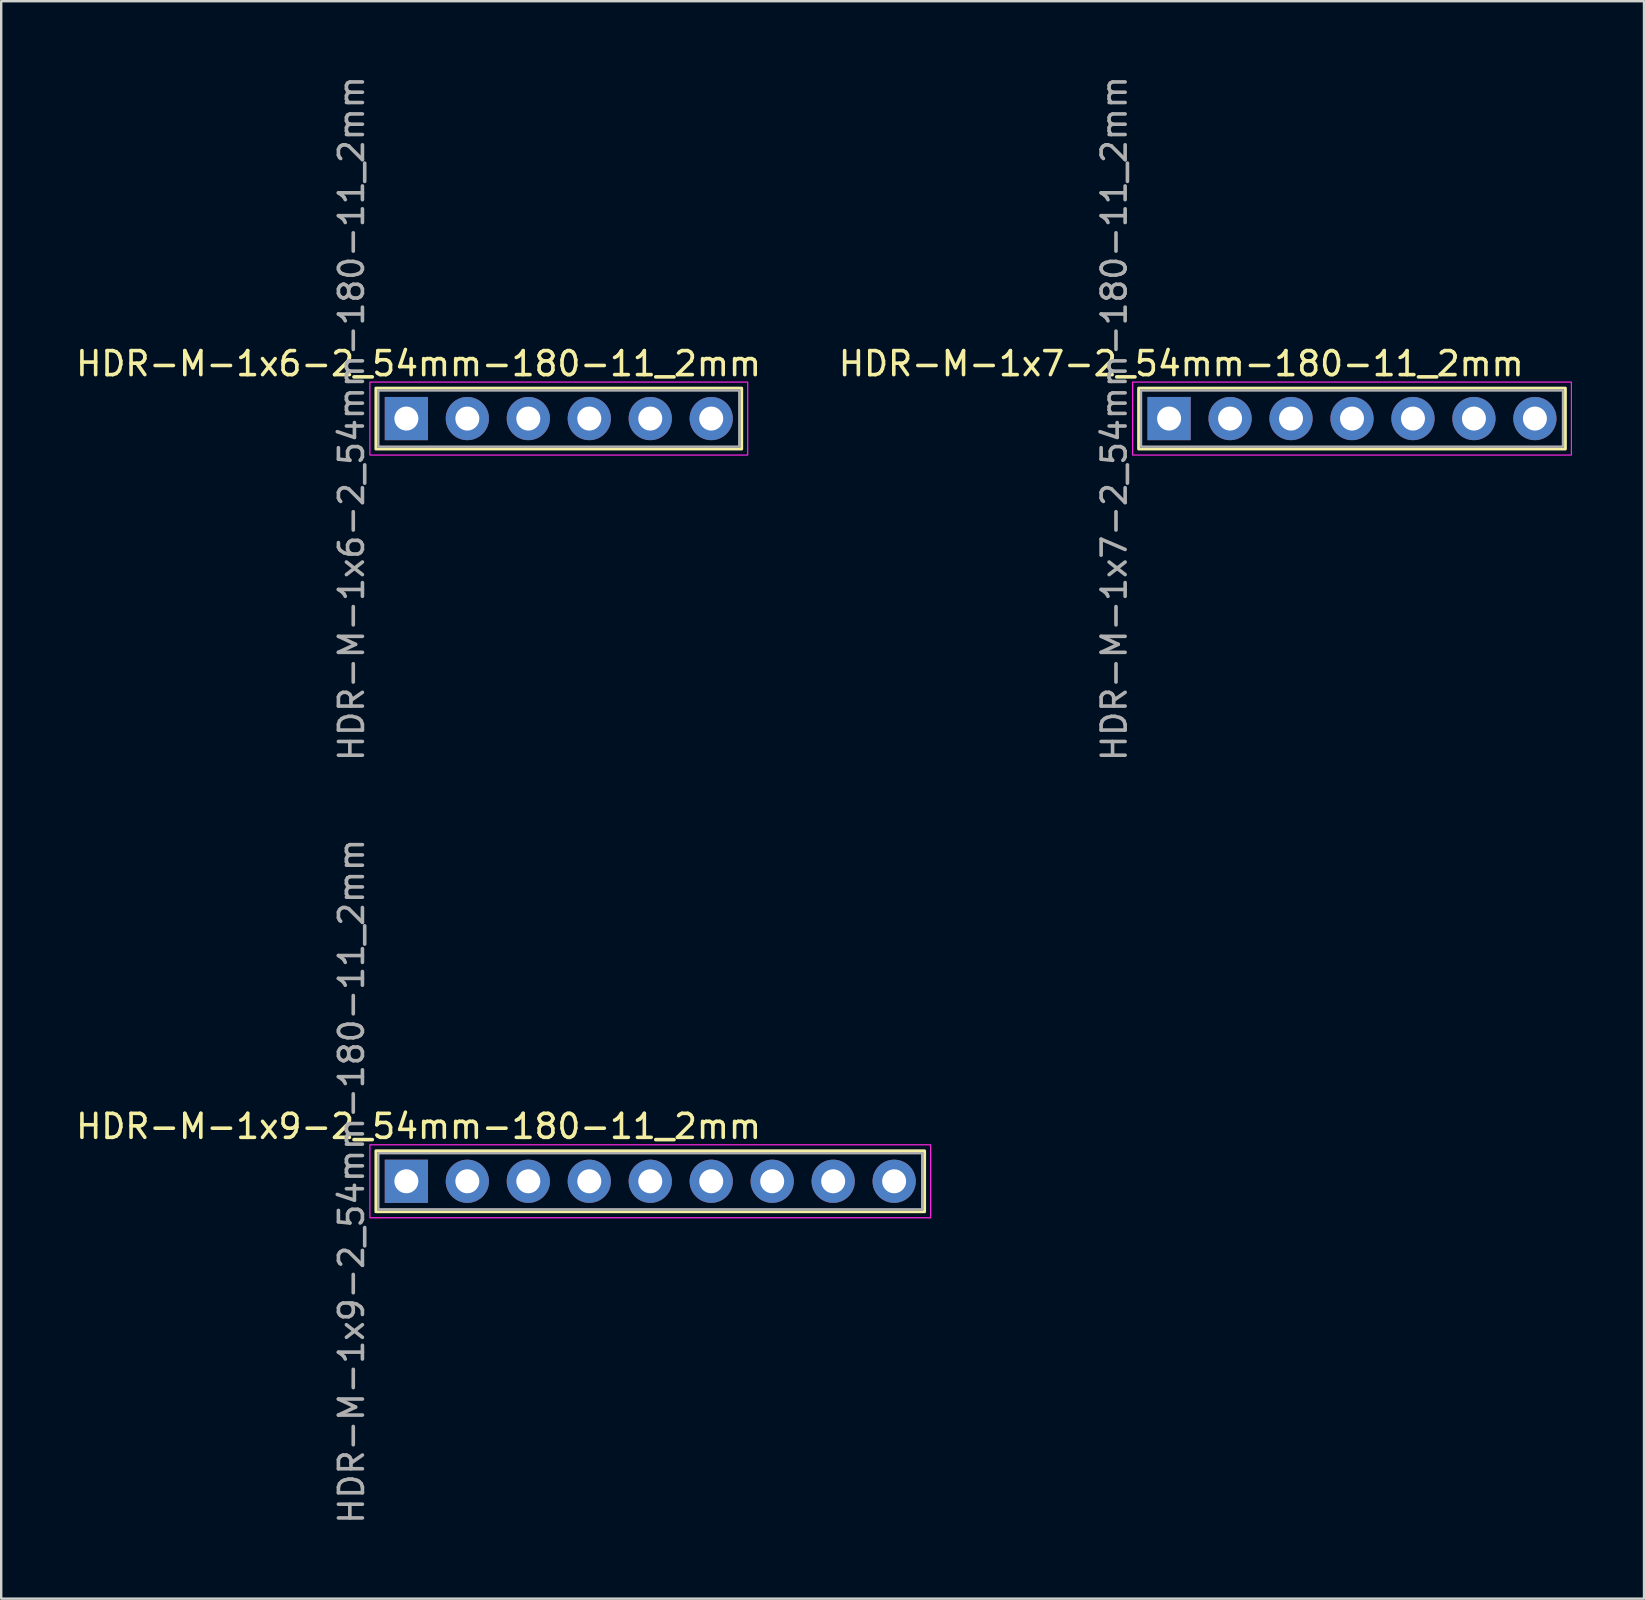
<source format=kicad_pcb>
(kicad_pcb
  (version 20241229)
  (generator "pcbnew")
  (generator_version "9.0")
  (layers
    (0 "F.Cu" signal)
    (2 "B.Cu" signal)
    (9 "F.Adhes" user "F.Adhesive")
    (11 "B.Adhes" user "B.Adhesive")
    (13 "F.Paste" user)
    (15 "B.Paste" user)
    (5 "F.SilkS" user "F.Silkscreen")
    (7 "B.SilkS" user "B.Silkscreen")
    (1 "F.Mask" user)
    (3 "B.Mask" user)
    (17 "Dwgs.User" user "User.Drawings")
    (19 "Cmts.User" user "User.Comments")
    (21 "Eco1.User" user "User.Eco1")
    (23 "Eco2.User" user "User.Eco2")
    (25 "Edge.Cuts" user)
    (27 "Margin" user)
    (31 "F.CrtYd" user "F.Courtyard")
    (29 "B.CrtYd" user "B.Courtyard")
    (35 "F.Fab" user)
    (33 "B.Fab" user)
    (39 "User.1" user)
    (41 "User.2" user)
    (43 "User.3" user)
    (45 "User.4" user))
  (footprint "HDR-M-1x6-2_54mm-180-11_2mm"
    (layer "F.Cu")
    (at 13.879 14.387)
    (property "Reference" "HDR-M-1x6-2_54mm-180-11_2mm" (at 0.508 -2.286 0) (unlocked yes) (layer "F.SilkS") (effects (font (size 1 1) (thickness 0.15))))
    (attr through_hole)
    (fp_rect (start -1.27 -1.27) (end 13.97 1.27) (stroke (width 0.12) (type solid)) (fill no) (layer "F.SilkS"))
    (fp_rect (start -1.52 -1.52) (end 14.22 1.52) (stroke (width 0.05) (type solid)) (fill no) (layer "F.CrtYd"))
    (fp_rect (start -1.17 -1.17) (end 13.87 1.17) (stroke (width 0.1) (type solid)) (fill no) (layer "F.Fab"))
    (fp_text user "${REFERENCE}" (at -2.286 0 90) (unlocked yes) (layer "F.Fab") (effects (font (size 1 1) (thickness 0.15))))
    (pad "1" thru_hole rect (at 0 0) (size 1.8 1.8) (drill 1) (layers "*.Cu" "*.Mask"))
    (pad "2" thru_hole circle (at 2.54 0) (size 1.8 1.8) (drill 1) (layers "*.Cu" "*.Mask"))
    (pad "3" thru_hole circle (at 5.08 0) (size 1.8 1.8) (drill 1) (layers "*.Cu" "*.Mask"))
    (pad "4" thru_hole circle (at 7.62 0) (size 1.8 1.8) (drill 1) (layers "*.Cu" "*.Mask"))
    (pad "5" thru_hole circle (at 10.16 0) (size 1.8 1.8) (drill 1) (layers "*.Cu" "*.Mask"))
    (pad "6" thru_hole circle (at 12.7 0) (size 1.8 1.8) (drill 1) (layers "*.Cu" "*.Mask")))
  (footprint "HDR-M-1x9-2_54mm-180-11_2mm"
    (layer "F.Cu")
    (at 13.879 46.161)
    (property "Reference" "HDR-M-1x9-2_54mm-180-11_2mm" (at 0.508 -2.286 0) (unlocked yes) (layer "F.SilkS") (effects (font (size 1 1) (thickness 0.15))))
    (attr through_hole)
    (fp_rect (start -1.27 -1.27) (end 21.59 1.27) (stroke (width 0.12) (type solid)) (fill no) (layer "F.SilkS"))
    (fp_rect (start -1.52 -1.52) (end 21.84 1.52) (stroke (width 0.05) (type solid)) (fill no) (layer "F.CrtYd"))
    (fp_rect (start -1.17 -1.17) (end 21.49 1.17) (stroke (width 0.1) (type solid)) (fill no) (layer "F.Fab"))
    (fp_text user "${REFERENCE}" (at -2.286 0 90) (unlocked yes) (layer "F.Fab") (effects (font (size 1 1) (thickness 0.15))))
    (pad "1" thru_hole rect (at 0 0) (size 1.8 1.8) (drill 1) (layers "*.Cu" "*.Mask"))
    (pad "2" thru_hole circle (at 2.54 0) (size 1.8 1.8) (drill 1) (layers "*.Cu" "*.Mask"))
    (pad "3" thru_hole circle (at 5.08 0) (size 1.8 1.8) (drill 1) (layers "*.Cu" "*.Mask"))
    (pad "4" thru_hole circle (at 7.62 0) (size 1.8 1.8) (drill 1) (layers "*.Cu" "*.Mask"))
    (pad "5" thru_hole circle (at 10.16 0) (size 1.8 1.8) (drill 1) (layers "*.Cu" "*.Mask"))
    (pad "6" thru_hole circle (at 12.7 0) (size 1.8 1.8) (drill 1) (layers "*.Cu" "*.Mask"))
    (pad "7" thru_hole circle (at 15.24 0) (size 1.8 1.8) (drill 1) (layers "*.Cu" "*.Mask"))
    (pad "8" thru_hole circle (at 17.78 0) (size 1.8 1.8) (drill 1) (layers "*.Cu" "*.Mask"))
    (pad "9" thru_hole circle (at 20.32 0) (size 1.8 1.8) (drill 1) (layers "*.Cu" "*.Mask")))
  (footprint "HDR-M-1x7-2_54mm-180-11_2mm"
    (layer "F.Cu")
    (at 45.653 14.387)
    (property "Reference" "HDR-M-1x7-2_54mm-180-11_2mm" (at 0.508 -2.286 0) (unlocked yes) (layer "F.SilkS") (effects (font (size 1 1) (thickness 0.15))))
    (attr through_hole)
    (fp_rect (start -1.27 -1.27) (end 16.51 1.27) (stroke (width 0.12) (type solid)) (fill no) (layer "F.SilkS"))
    (fp_rect (start -1.52 -1.52) (end 16.76 1.52) (stroke (width 0.05) (type solid)) (fill no) (layer "F.CrtYd"))
    (fp_rect (start -1.17 -1.17) (end 16.41 1.17) (stroke (width 0.1) (type solid)) (fill no) (layer "F.Fab"))
    (fp_text user "${REFERENCE}" (at -2.286 0 90) (unlocked yes) (layer "F.Fab") (effects (font (size 1 1) (thickness 0.15))))
    (pad "1" thru_hole rect (at 0 0) (size 1.8 1.8) (drill 1) (layers "*.Cu" "*.Mask"))
    (pad "2" thru_hole circle (at 2.54 0) (size 1.8 1.8) (drill 1) (layers "*.Cu" "*.Mask"))
    (pad "3" thru_hole circle (at 5.08 0) (size 1.8 1.8) (drill 1) (layers "*.Cu" "*.Mask"))
    (pad "4" thru_hole circle (at 7.62 0) (size 1.8 1.8) (drill 1) (layers "*.Cu" "*.Mask"))
    (pad "5" thru_hole circle (at 10.16 0) (size 1.8 1.8) (drill 1) (layers "*.Cu" "*.Mask"))
    (pad "6" thru_hole circle (at 12.7 0) (size 1.8 1.8) (drill 1) (layers "*.Cu" "*.Mask"))
    (pad "7" thru_hole circle (at 15.24 0) (size 1.8 1.8) (drill 1) (layers "*.Cu" "*.Mask")))
  (gr_rect
    (start -3 -3)
    (end 65.438 63.548)
    (stroke (width 0.1) (type default))
    (fill no)
    (layer "Edge.Cuts")))
</source>
